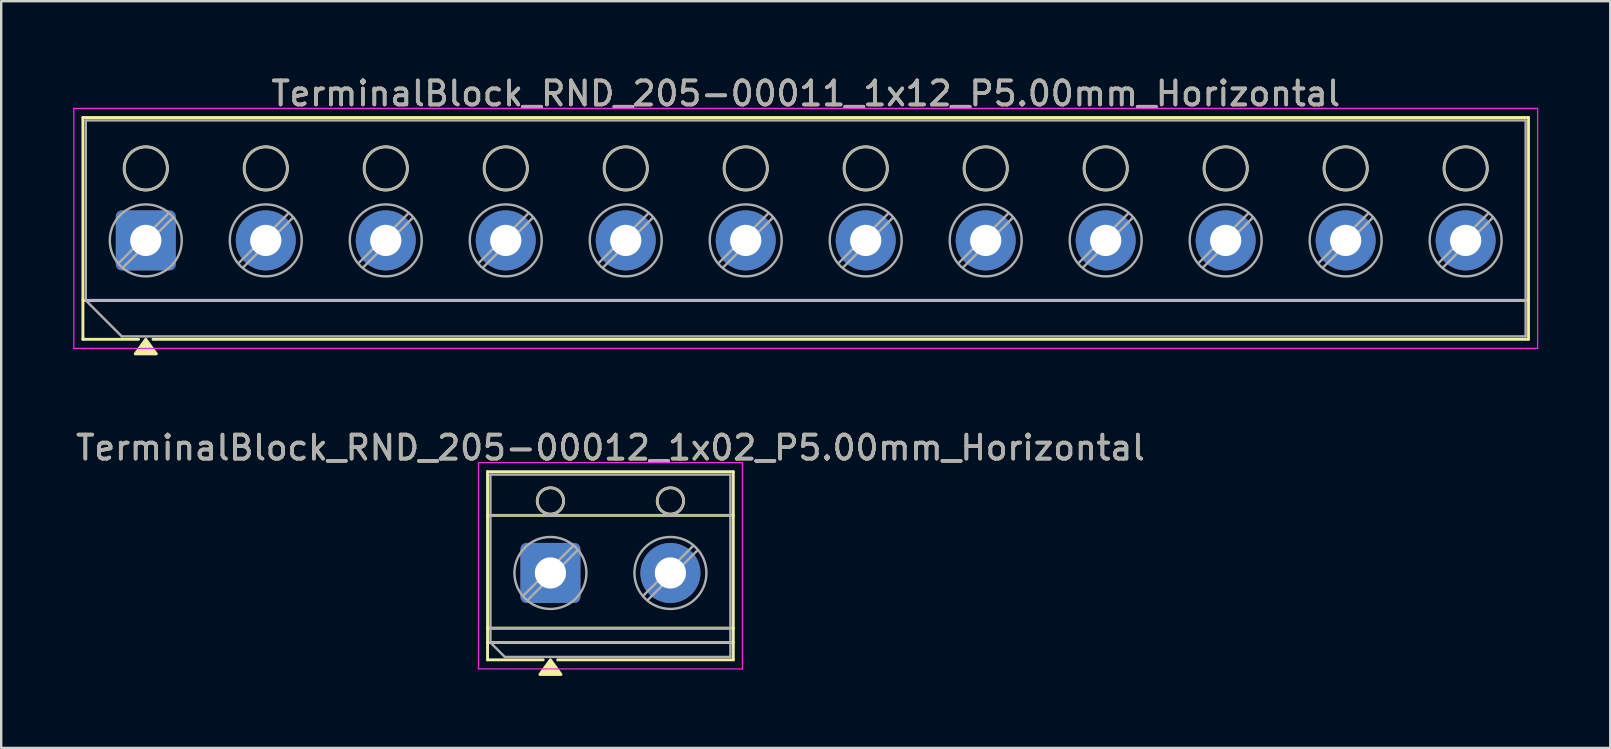
<source format=kicad_pcb>
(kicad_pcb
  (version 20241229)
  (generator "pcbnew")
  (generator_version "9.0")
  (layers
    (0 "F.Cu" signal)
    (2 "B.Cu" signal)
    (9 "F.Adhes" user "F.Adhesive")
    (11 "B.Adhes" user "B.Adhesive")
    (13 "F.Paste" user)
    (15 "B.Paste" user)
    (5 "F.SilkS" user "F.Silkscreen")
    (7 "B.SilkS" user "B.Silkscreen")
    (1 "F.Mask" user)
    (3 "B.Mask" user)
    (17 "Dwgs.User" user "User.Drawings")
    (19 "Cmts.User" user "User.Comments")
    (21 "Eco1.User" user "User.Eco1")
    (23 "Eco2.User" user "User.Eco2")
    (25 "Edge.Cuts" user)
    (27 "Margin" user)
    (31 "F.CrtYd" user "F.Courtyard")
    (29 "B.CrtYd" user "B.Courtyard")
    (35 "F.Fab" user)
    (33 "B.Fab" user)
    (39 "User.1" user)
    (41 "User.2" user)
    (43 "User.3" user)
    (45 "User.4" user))
  (footprint "TerminalBlock_RND_205-00012_1x02_P5.00mm_Horizontal"
    (layer "F.Cu")
    (at 19.887 20.826)
    (property "Reference" "TerminalBlock_RND_205-00012_1x02_P5.00mm_Horizontal" (at 2.5 -5.22 0) (layer "F.SilkS") (effects (font (size 1 1) (thickness 0.15))))
    (attr through_hole)
    (fp_line (start -2.62 -4.22) (end -2.62 3.62) (stroke (width 0.12) (type solid)) (layer "F.SilkS"))
    (fp_line (start -2.62 -4.22) (end 7.62 -4.22) (stroke (width 0.12) (type solid)) (layer "F.SilkS"))
    (fp_line (start -2.62 -2.4) (end 7.62 -2.4) (stroke (width 0.12) (type solid)) (layer "F.SilkS"))
    (fp_line (start -2.62 2.3) (end 7.62 2.3) (stroke (width 0.12) (type solid)) (layer "F.SilkS"))
    (fp_line (start -2.62 2.9) (end 7.62 2.9) (stroke (width 0.12) (type solid)) (layer "F.SilkS"))
    (fp_line (start -2.62 3.62) (end -0.3 3.62) (stroke (width 0.12) (type solid)) (layer "F.SilkS"))
    (fp_line (start 0.3 3.62) (end 7.62 3.62) (stroke (width 0.12) (type solid)) (layer "F.SilkS"))
    (fp_line (start 7.62 -4.22) (end 7.62 3.62) (stroke (width 0.12) (type solid)) (layer "F.SilkS"))
    (fp_circle (center 0 -3) (end 0.55 -3) (stroke (width 0.12) (type solid)) (fill no) (layer "F.SilkS"))
    (fp_circle (center 5 -3) (end 5.55 -3) (stroke (width 0.12) (type solid)) (fill no) (layer "F.SilkS"))
    (fp_poly (pts (xy 0 3.62) (xy 0.44 4.23) (xy -0.44 4.23)) (stroke (width 0.12) (type solid)) (fill yes) (layer "F.SilkS"))
    (fp_line (start -3 -4.6) (end -3 4) (stroke (width 0.05) (type solid)) (layer "F.CrtYd"))
    (fp_line (start -3 4) (end 8 4) (stroke (width 0.05) (type solid)) (layer "F.CrtYd"))
    (fp_line (start 8 -4.6) (end -3 -4.6) (stroke (width 0.05) (type solid)) (layer "F.CrtYd"))
    (fp_line (start 8 4) (end 8 -4.6) (stroke (width 0.05) (type solid)) (layer "F.CrtYd"))
    (fp_line (start -2.5 -4.1) (end 7.5 -4.1) (stroke (width 0.1) (type solid)) (layer "F.Fab"))
    (fp_line (start -2.5 -2.4) (end 7.5 -2.4) (stroke (width 0.1) (type solid)) (layer "F.Fab"))
    (fp_line (start -2.5 2.3) (end 7.5 2.3) (stroke (width 0.1) (type solid)) (layer "F.Fab"))
    (fp_line (start -2.5 2.9) (end -2.5 -4.1) (stroke (width 0.1) (type solid)) (layer "F.Fab"))
    (fp_line (start -2.5 2.9) (end 7.5 2.9) (stroke (width 0.1) (type solid)) (layer "F.Fab"))
    (fp_line (start -1.9 3.5) (end -2.5 2.9) (stroke (width 0.1) (type solid)) (layer "F.Fab"))
    (fp_line (start 0.955 -1.138) (end -1.138 0.954) (stroke (width 0.1) (type solid)) (layer "F.Fab"))
    (fp_line (start 1.138 -0.954) (end -0.955 1.137) (stroke (width 0.1) (type solid)) (layer "F.Fab"))
    (fp_line (start 5.955 -1.138) (end 3.862 0.954) (stroke (width 0.1) (type solid)) (layer "F.Fab"))
    (fp_line (start 6.138 -0.954) (end 4.045 1.137) (stroke (width 0.1) (type solid)) (layer "F.Fab"))
    (fp_line (start 7.5 -4.1) (end 7.5 3.5) (stroke (width 0.1) (type solid)) (layer "F.Fab"))
    (fp_line (start 7.5 3.5) (end -1.9 3.5) (stroke (width 0.1) (type solid)) (layer "F.Fab"))
    (fp_circle (center 0 -3) (end 0.55 -3) (stroke (width 0.1) (type solid)) (fill no) (layer "F.Fab"))
    (fp_circle (center 0 0) (end 1.5 0) (stroke (width 0.1) (type solid)) (fill no) (layer "F.Fab"))
    (fp_circle (center 5 -3) (end 5.55 -3) (stroke (width 0.1) (type solid)) (fill no) (layer "F.Fab"))
    (fp_circle (center 5 0) (end 6.5 0) (stroke (width 0.1) (type solid)) (fill no) (layer "F.Fab"))
    (fp_text user "${REFERENCE}" (at 2.5 -5.22 0) (layer "F.Fab") (effects (font (size 1 1) (thickness 0.15))))
    (pad "1" thru_hole roundrect (at 0 0) (size 2.5 2.5) (drill 1.3) (layers "*.Cu" "*.Mask") (roundrect_rratio 0.1))
    (pad "2" thru_hole circle (at 5 0) (size 2.5 2.5) (drill 1.3) (layers "*.Cu" "*.Mask")))
  (footprint "TerminalBlock_RND_205-00011_1x12_P5.00mm_Horizontal"
    (layer "F.Cu")
    (at 3.025 6.968)
    (property "Reference" "TerminalBlock_RND_205-00011_1x12_P5.00mm_Horizontal" (at 27.5 -6.12 0) (layer "F.SilkS") (effects (font (size 1 1) (thickness 0.15))))
    (attr through_hole)
    (fp_line (start -2.62 -5.12) (end -2.62 4.12) (stroke (width 0.12) (type solid)) (layer "F.SilkS"))
    (fp_line (start -2.62 -5.12) (end 57.62 -5.12) (stroke (width 0.12) (type solid)) (layer "F.SilkS"))
    (fp_line (start -2.62 2.5) (end 57.62 2.5) (stroke (width 0.12) (type solid)) (layer "F.SilkS"))
    (fp_line (start -2.62 4.12) (end -0.3 4.12) (stroke (width 0.12) (type solid)) (layer "F.SilkS"))
    (fp_line (start 0.3 4.12) (end 57.62 4.12) (stroke (width 0.12) (type solid)) (layer "F.SilkS"))
    (fp_line (start 57.62 -5.12) (end 57.62 4.12) (stroke (width 0.12) (type solid)) (layer "F.SilkS"))
    (fp_circle (center 0 -3) (end 0.9 -3) (stroke (width 0.12) (type solid)) (fill no) (layer "F.SilkS"))
    (fp_circle (center 5 -3) (end 5.9 -3) (stroke (width 0.12) (type solid)) (fill no) (layer "F.SilkS"))
    (fp_circle (center 10 -3) (end 10.9 -3) (stroke (width 0.12) (type solid)) (fill no) (layer "F.SilkS"))
    (fp_circle (center 15 -3) (end 15.9 -3) (stroke (width 0.12) (type solid)) (fill no) (layer "F.SilkS"))
    (fp_circle (center 20 -3) (end 20.9 -3) (stroke (width 0.12) (type solid)) (fill no) (layer "F.SilkS"))
    (fp_circle (center 25 -3) (end 25.9 -3) (stroke (width 0.12) (type solid)) (fill no) (layer "F.SilkS"))
    (fp_circle (center 30 -3) (end 30.9 -3) (stroke (width 0.12) (type solid)) (fill no) (layer "F.SilkS"))
    (fp_circle (center 35 -3) (end 35.9 -3) (stroke (width 0.12) (type solid)) (fill no) (layer "F.SilkS"))
    (fp_circle (center 40 -3) (end 40.9 -3) (stroke (width 0.12) (type solid)) (fill no) (layer "F.SilkS"))
    (fp_circle (center 45 -3) (end 45.9 -3) (stroke (width 0.12) (type solid)) (fill no) (layer "F.SilkS"))
    (fp_circle (center 50 -3) (end 50.9 -3) (stroke (width 0.12) (type solid)) (fill no) (layer "F.SilkS"))
    (fp_circle (center 55 -3) (end 55.9 -3) (stroke (width 0.12) (type solid)) (fill no) (layer "F.SilkS"))
    (fp_poly (pts (xy 0 4.12) (xy 0.44 4.73) (xy -0.44 4.73)) (stroke (width 0.12) (type solid)) (fill yes) (layer "F.SilkS"))
    (fp_line (start -3 -5.5) (end -3 4.5) (stroke (width 0.05) (type solid)) (layer "F.CrtYd"))
    (fp_line (start -3 4.5) (end 58 4.5) (stroke (width 0.05) (type solid)) (layer "F.CrtYd"))
    (fp_line (start 58 -5.5) (end -3 -5.5) (stroke (width 0.05) (type solid)) (layer "F.CrtYd"))
    (fp_line (start 58 4.5) (end 58 -5.5) (stroke (width 0.05) (type solid)) (layer "F.CrtYd"))
    (fp_line (start -2.5 -5) (end 57.5 -5) (stroke (width 0.1) (type solid)) (layer "F.Fab"))
    (fp_line (start -2.5 2.5) (end -2.5 -5) (stroke (width 0.1) (type solid)) (layer "F.Fab"))
    (fp_line (start -2.5 2.5) (end 57.5 2.5) (stroke (width 0.1) (type solid)) (layer "F.Fab"))
    (fp_line (start -1 4) (end -2.5 2.5) (stroke (width 0.1) (type solid)) (layer "F.Fab"))
    (fp_line (start 0.955 -1.138) (end -1.138 0.954) (stroke (width 0.1) (type solid)) (layer "F.Fab"))
    (fp_line (start 1.138 -0.954) (end -0.955 1.137) (stroke (width 0.1) (type solid)) (layer "F.Fab"))
    (fp_line (start 5.955 -1.138) (end 3.862 0.954) (stroke (width 0.1) (type solid)) (layer "F.Fab"))
    (fp_line (start 6.138 -0.954) (end 4.045 1.137) (stroke (width 0.1) (type solid)) (layer "F.Fab"))
    (fp_line (start 10.955 -1.138) (end 8.862 0.954) (stroke (width 0.1) (type solid)) (layer "F.Fab"))
    (fp_line (start 11.138 -0.954) (end 9.045 1.137) (stroke (width 0.1) (type solid)) (layer "F.Fab"))
    (fp_line (start 15.955 -1.138) (end 13.862 0.954) (stroke (width 0.1) (type solid)) (layer "F.Fab"))
    (fp_line (start 16.138 -0.954) (end 14.045 1.137) (stroke (width 0.1) (type solid)) (layer "F.Fab"))
    (fp_line (start 20.955 -1.138) (end 18.862 0.954) (stroke (width 0.1) (type solid)) (layer "F.Fab"))
    (fp_line (start 21.138 -0.954) (end 19.045 1.137) (stroke (width 0.1) (type solid)) (layer "F.Fab"))
    (fp_line (start 25.955 -1.138) (end 23.862 0.954) (stroke (width 0.1) (type solid)) (layer "F.Fab"))
    (fp_line (start 26.138 -0.954) (end 24.045 1.137) (stroke (width 0.1) (type solid)) (layer "F.Fab"))
    (fp_line (start 30.955 -1.138) (end 28.862 0.954) (stroke (width 0.1) (type solid)) (layer "F.Fab"))
    (fp_line (start 31.138 -0.954) (end 29.045 1.137) (stroke (width 0.1) (type solid)) (layer "F.Fab"))
    (fp_line (start 35.955 -1.138) (end 33.862 0.954) (stroke (width 0.1) (type solid)) (layer "F.Fab"))
    (fp_line (start 36.138 -0.954) (end 34.045 1.137) (stroke (width 0.1) (type solid)) (layer "F.Fab"))
    (fp_line (start 40.955 -1.138) (end 38.862 0.954) (stroke (width 0.1) (type solid)) (layer "F.Fab"))
    (fp_line (start 41.138 -0.954) (end 39.045 1.137) (stroke (width 0.1) (type solid)) (layer "F.Fab"))
    (fp_line (start 45.955 -1.138) (end 43.862 0.954) (stroke (width 0.1) (type solid)) (layer "F.Fab"))
    (fp_line (start 46.138 -0.954) (end 44.045 1.137) (stroke (width 0.1) (type solid)) (layer "F.Fab"))
    (fp_line (start 50.955 -1.138) (end 48.862 0.954) (stroke (width 0.1) (type solid)) (layer "F.Fab"))
    (fp_line (start 51.138 -0.954) (end 49.045 1.137) (stroke (width 0.1) (type solid)) (layer "F.Fab"))
    (fp_line (start 55.955 -1.138) (end 53.862 0.954) (stroke (width 0.1) (type solid)) (layer "F.Fab"))
    (fp_line (start 56.138 -0.954) (end 54.045 1.137) (stroke (width 0.1) (type solid)) (layer "F.Fab"))
    (fp_line (start 57.5 -5) (end 57.5 4) (stroke (width 0.1) (type solid)) (layer "F.Fab"))
    (fp_line (start 57.5 4) (end -1 4) (stroke (width 0.1) (type solid)) (layer "F.Fab"))
    (fp_circle (center 0 -3) (end 0.9 -3) (stroke (width 0.1) (type solid)) (fill no) (layer "F.Fab"))
    (fp_circle (center 0 0) (end 1.5 0) (stroke (width 0.1) (type solid)) (fill no) (layer "F.Fab"))
    (fp_circle (center 5 -3) (end 5.9 -3) (stroke (width 0.1) (type solid)) (fill no) (layer "F.Fab"))
    (fp_circle (center 5 0) (end 6.5 0) (stroke (width 0.1) (type solid)) (fill no) (layer "F.Fab"))
    (fp_circle (center 10 -3) (end 10.9 -3) (stroke (width 0.1) (type solid)) (fill no) (layer "F.Fab"))
    (fp_circle (center 10 0) (end 11.5 0) (stroke (width 0.1) (type solid)) (fill no) (layer "F.Fab"))
    (fp_circle (center 15 -3) (end 15.9 -3) (stroke (width 0.1) (type solid)) (fill no) (layer "F.Fab"))
    (fp_circle (center 15 0) (end 16.5 0) (stroke (width 0.1) (type solid)) (fill no) (layer "F.Fab"))
    (fp_circle (center 20 -3) (end 20.9 -3) (stroke (width 0.1) (type solid)) (fill no) (layer "F.Fab"))
    (fp_circle (center 20 0) (end 21.5 0) (stroke (width 0.1) (type solid)) (fill no) (layer "F.Fab"))
    (fp_circle (center 25 -3) (end 25.9 -3) (stroke (width 0.1) (type solid)) (fill no) (layer "F.Fab"))
    (fp_circle (center 25 0) (end 26.5 0) (stroke (width 0.1) (type solid)) (fill no) (layer "F.Fab"))
    (fp_circle (center 30 -3) (end 30.9 -3) (stroke (width 0.1) (type solid)) (fill no) (layer "F.Fab"))
    (fp_circle (center 30 0) (end 31.5 0) (stroke (width 0.1) (type solid)) (fill no) (layer "F.Fab"))
    (fp_circle (center 35 -3) (end 35.9 -3) (stroke (width 0.1) (type solid)) (fill no) (layer "F.Fab"))
    (fp_circle (center 35 0) (end 36.5 0) (stroke (width 0.1) (type solid)) (fill no) (layer "F.Fab"))
    (fp_circle (center 40 -3) (end 40.9 -3) (stroke (width 0.1) (type solid)) (fill no) (layer "F.Fab"))
    (fp_circle (center 40 0) (end 41.5 0) (stroke (width 0.1) (type solid)) (fill no) (layer "F.Fab"))
    (fp_circle (center 45 -3) (end 45.9 -3) (stroke (width 0.1) (type solid)) (fill no) (layer "F.Fab"))
    (fp_circle (center 45 0) (end 46.5 0) (stroke (width 0.1) (type solid)) (fill no) (layer "F.Fab"))
    (fp_circle (center 50 -3) (end 50.9 -3) (stroke (width 0.1) (type solid)) (fill no) (layer "F.Fab"))
    (fp_circle (center 50 0) (end 51.5 0) (stroke (width 0.1) (type solid)) (fill no) (layer "F.Fab"))
    (fp_circle (center 55 -3) (end 55.9 -3) (stroke (width 0.1) (type solid)) (fill no) (layer "F.Fab"))
    (fp_circle (center 55 0) (end 56.5 0) (stroke (width 0.1) (type solid)) (fill no) (layer "F.Fab"))
    (fp_text user "${REFERENCE}" (at 27.5 -6.12 0) (layer "F.Fab") (effects (font (size 1 1) (thickness 0.15))))
    (pad "1" thru_hole roundrect (at 0 0) (size 2.5 2.5) (drill 1.3) (layers "*.Cu" "*.Mask") (roundrect_rratio 0.1))
    (pad "2" thru_hole circle (at 5 0) (size 2.5 2.5) (drill 1.3) (layers "*.Cu" "*.Mask"))
    (pad "3" thru_hole circle (at 10 0) (size 2.5 2.5) (drill 1.3) (layers "*.Cu" "*.Mask"))
    (pad "4" thru_hole circle (at 15 0) (size 2.5 2.5) (drill 1.3) (layers "*.Cu" "*.Mask"))
    (pad "5" thru_hole circle (at 20 0) (size 2.5 2.5) (drill 1.3) (layers "*.Cu" "*.Mask"))
    (pad "6" thru_hole circle (at 25 0) (size 2.5 2.5) (drill 1.3) (layers "*.Cu" "*.Mask"))
    (pad "7" thru_hole circle (at 30 0) (size 2.5 2.5) (drill 1.3) (layers "*.Cu" "*.Mask"))
    (pad "8" thru_hole circle (at 35 0) (size 2.5 2.5) (drill 1.3) (layers "*.Cu" "*.Mask"))
    (pad "9" thru_hole circle (at 40 0) (size 2.5 2.5) (drill 1.3) (layers "*.Cu" "*.Mask"))
    (pad "10" thru_hole circle (at 45 0) (size 2.5 2.5) (drill 1.3) (layers "*.Cu" "*.Mask"))
    (pad "11" thru_hole circle (at 50 0) (size 2.5 2.5) (drill 1.3) (layers "*.Cu" "*.Mask"))
    (pad "12" thru_hole circle (at 55 0) (size 2.5 2.5) (drill 1.3) (layers "*.Cu" "*.Mask")))
  (gr_rect
    (start -3 -3)
    (end 64.05 28.116)
    (stroke (width 0.1) (type default))
    (fill no)
    (layer "Edge.Cuts")))
</source>
